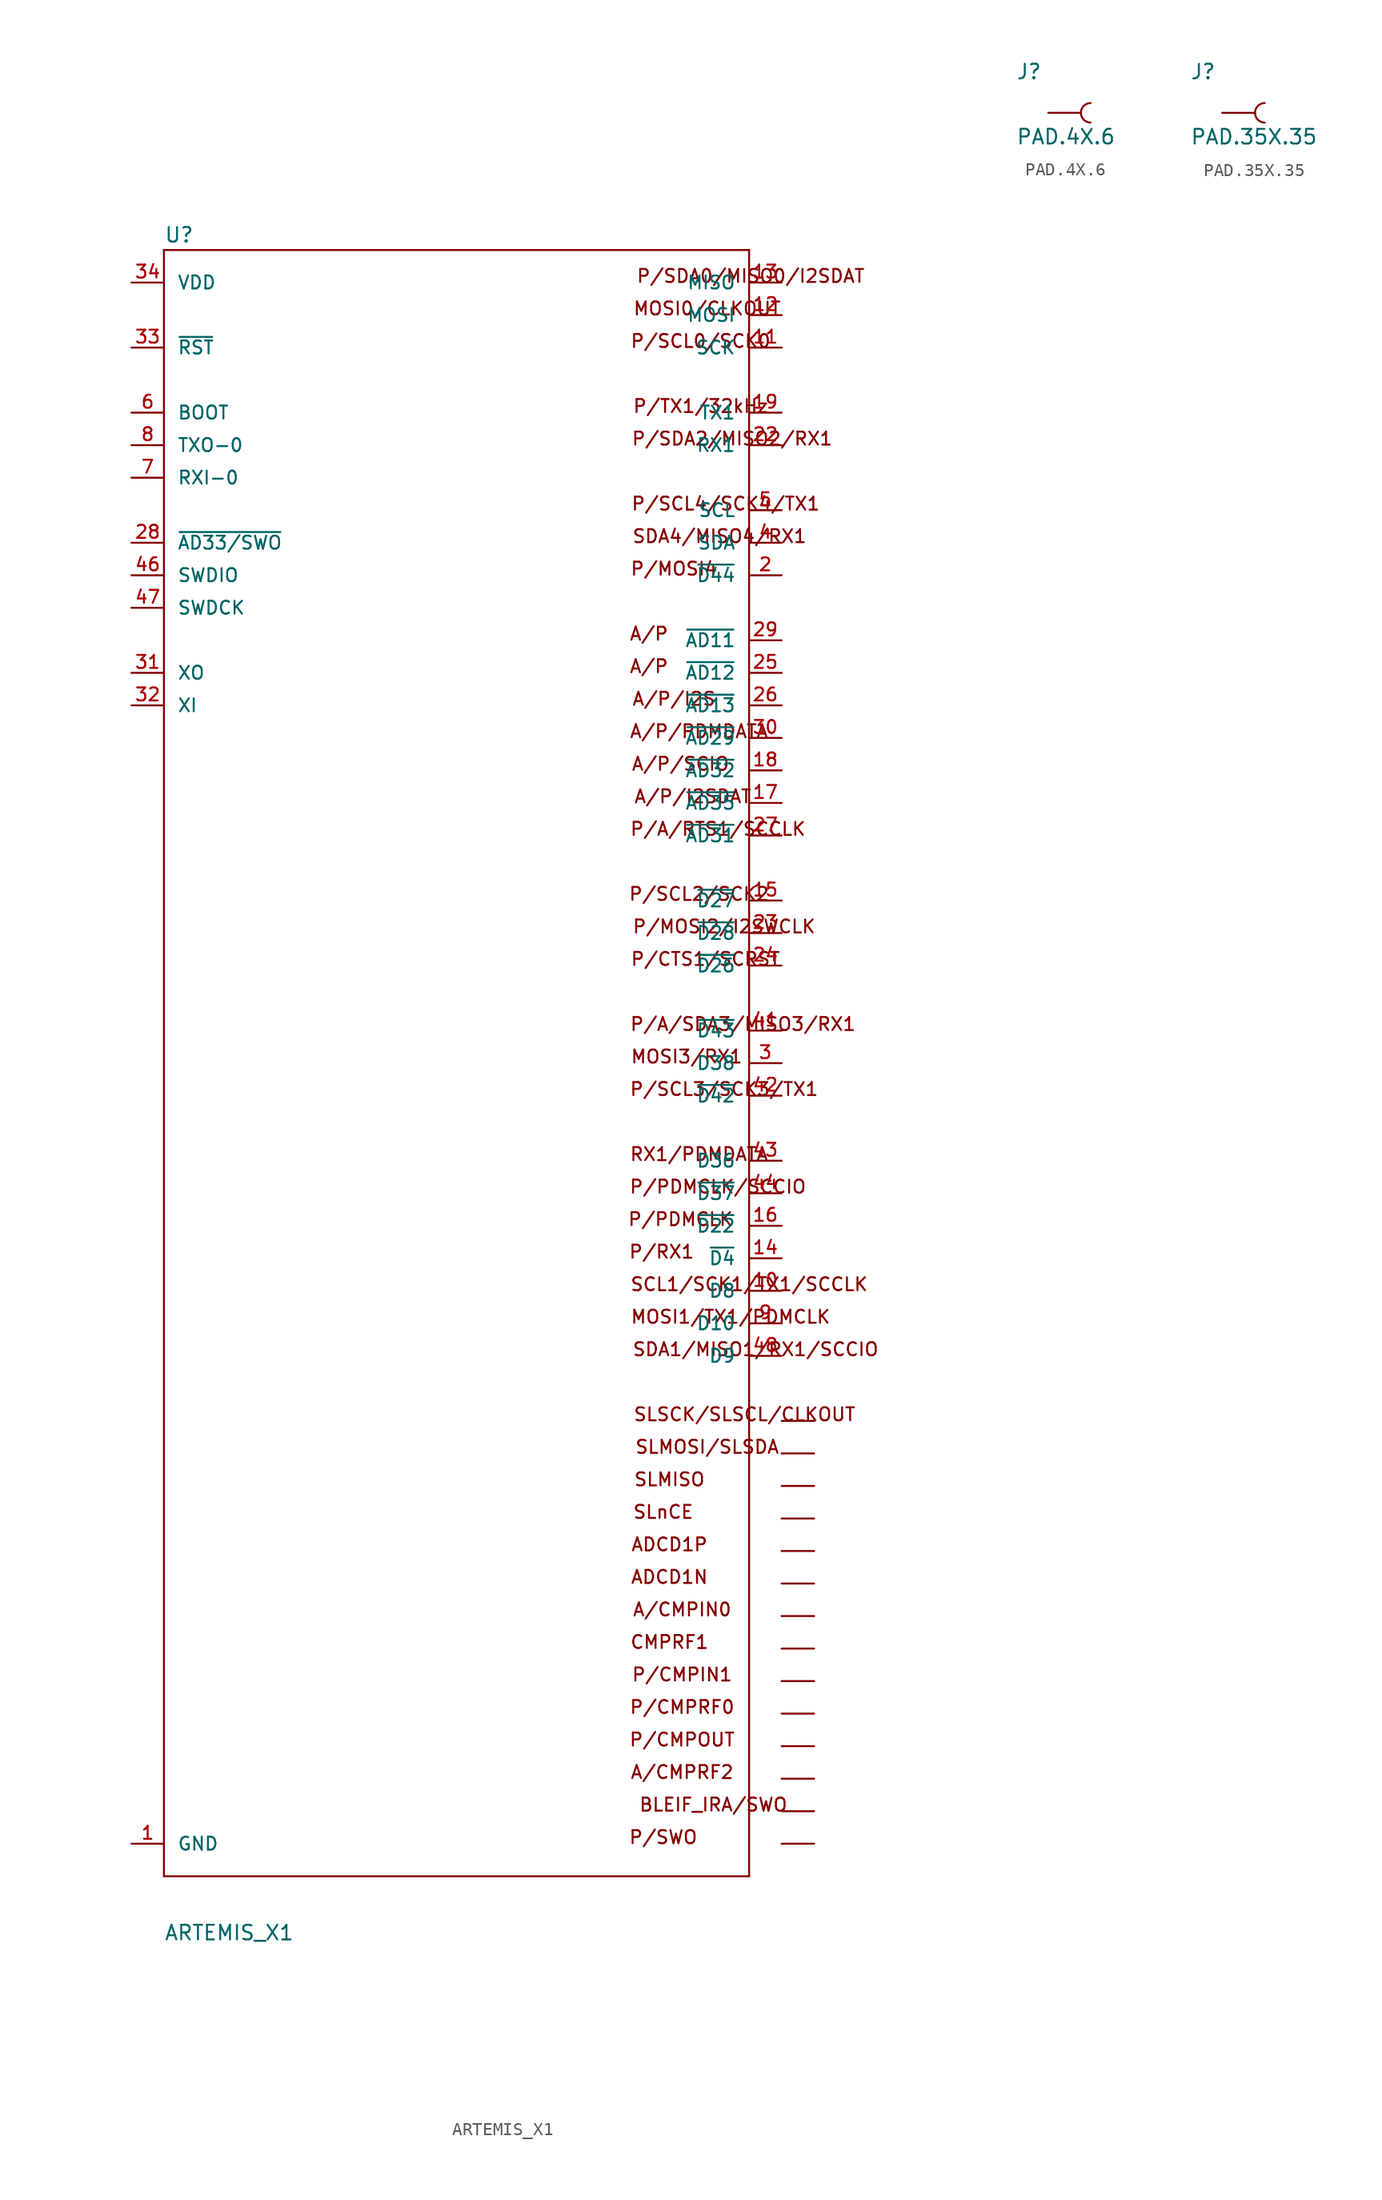
<source format=kicad_sym>
(kicad_symbol_lib
  (version 20201005)
  (generator kicad_symbol_editor)
  (symbol "ARTEMIS_X1"
    (pin_names
      (offset 1.016))
    (property "Reference" "U"
      (at -12.7 36.068 0)
      (effects (font (size 1.143 1.143)) (justify left bottom)))
    (property "Value" "ARTEMIS_X1"
      (at -12.7 -96.52 0)
      (effects (font (size 1.143 1.143)) (justify left bottom)))
    (property "ki_locked" ""
      (at 0 0 0)
      (effects (font (size 1.27 1.27))))
    (symbol "ARTEMIS_X1_1_0"
      (text "A/CMPIN0" (at 27.788 -70.612 0) (effects (font (size 1.016 1.016))))
      (text "A/CMPRF2" (at 27.788 -83.312 0) (effects (font (size 1.016 1.016))))
      (text "A/P" (at 25.197 3.048 0) (effects (font (size 1.016 1.016))))
      (text "A/P" (at 25.197 5.588 0) (effects (font (size 1.016 1.016))))
      (text "A/P/I2S" (at 27.153 0.508 0) (effects (font (size 1.016 1.016))))
      (text "A/P/I2SDAT" (at 28.626 -7.112 0) (effects (font (size 1.016 1.016))))
      (text "A/P/PDMDATA" (at 29.108 -2.032 0) (effects (font (size 1.016 1.016))))
      (text "A/P/SCIO" (at 27.661 -4.572 0) (effects (font (size 1.016 1.016))))
      (text "ADCD1N" (at 26.797 -68.072 0) (effects (font (size 1.016 1.016))))
      (text "ADCD1P" (at 26.797 -65.532 0) (effects (font (size 1.016 1.016))))
      (text "BLEIF_IRA/SWO" (at 30.226 -85.852 0) (effects (font (size 1.016 1.016))))
      (text "CMPRF1" (at 26.797 -73.152 0) (effects (font (size 1.016 1.016))))
      (text "MOSI0/CLKOUT" (at 29.743 30.988 0) (effects (font (size 1.016 1.016))))
      (text "MOSI1/TX1/PDMCLK" (at 31.572 -47.752 0) (effects (font (size 1.016 1.016))))
      (text "MOSI3/RX1" (at 28.143 -27.432 0) (effects (font (size 1.016 1.016))))
      (text "P/A/RTS1/SCCLK" (at 30.582 -9.652 0) (effects (font (size 1.016 1.016))))
      (text "P/A/SDA3/MISO3/RX1" (at 32.537 -24.892 0) (effects (font (size 1.016 1.016))))
      (text "P/CMPIN1" (at 27.788 -75.692 0) (effects (font (size 1.016 1.016))))
      (text "P/CMPOUT" (at 27.788 -80.772 0) (effects (font (size 1.016 1.016))))
      (text "P/CMPRF0" (at 27.788 -78.232 0) (effects (font (size 1.016 1.016))))
      (text "P/CTS1/SCRST" (at 29.616 -19.812 0) (effects (font (size 1.016 1.016))))
      (text "P/MOSI2/I2SWCLK" (at 31.064 -17.272 0) (effects (font (size 1.016 1.016))))
      (text "P/MOSI4" (at 27.153 10.668 0) (effects (font (size 1.016 1.016))))
      (text "P/PDMCLK" (at 27.661 -40.132 0) (effects (font (size 1.016 1.016))))
      (text "P/PDMCLK/SCCIO" (at 30.582 -37.592 0) (effects (font (size 1.016 1.016))))
      (text "P/RX1" (at 26.187 -42.672 0) (effects (font (size 1.016 1.016))))
      (text "P/SCL0/SCK0" (at 29.235 28.448 0) (effects (font (size 1.016 1.016))))
      (text "P/SCL2/SCK2" (at 29.108 -14.732 0) (effects (font (size 1.016 1.016))))
      (text "P/SCL3/SCK3/TX1" (at 31.064 -29.972 0) (effects (font (size 1.016 1.016))))
      (text "P/SCL4/SCK4/TX1" (at 31.191 15.748 0) (effects (font (size 1.016 1.016))))
      (text "P/SDA0/MISO0/I2SDAT" (at 33.147 33.528 0) (effects (font (size 1.016 1.016))))
      (text "P/SDA2/MISO2/RX1" (at 31.699 20.828 0) (effects (font (size 1.016 1.016))))
      (text "P/SWO" (at 26.314 -88.392 0) (effects (font (size 1.016 1.016))))
      (text "P/TX1/32kHz" (at 29.235 23.368 0) (effects (font (size 1.016 1.016))))
      (text "RX1/PDMDATA" (at 29.108 -35.052 0) (effects (font (size 1.016 1.016))))
      (text "SCL1/SCK1/TX1/SCCLK" (at 33.02 -45.212 0) (effects (font (size 1.016 1.016))))
      (text "SDA1/MISO1/RX1/SCCIO" (at 33.528 -50.292 0) (effects (font (size 1.016 1.016))))
      (text "SDA4/MISO4/RX1" (at 30.709 13.208 0) (effects (font (size 1.016 1.016))))
      (text "SLMISO" (at 26.797 -60.452 0) (effects (font (size 1.016 1.016))))
      (text "SLMOSI/SLSDA" (at 29.743 -57.912 0) (effects (font (size 1.016 1.016))))
      (text "SLnCE" (at 26.314 -62.992 0) (effects (font (size 1.016 1.016))))
      (text "SLSCK/SLSCL/CLKOUT" (at 32.664 -55.372 0) (effects (font (size 1.016 1.016))))
      (polyline (pts (xy -12.7 -91.44) (xy -12.7 35.56)) (stroke (width 0)) (fill (type none)))
      (polyline (pts (xy -12.7 35.56) (xy 33.02 35.56)) (stroke (width 0)) (fill (type none)))
      (polyline (pts (xy 33.02 -91.44) (xy -12.7 -91.44)) (stroke (width 0)) (fill (type none)))
      (polyline (pts (xy 33.02 35.56) (xy 33.02 -91.44)) (stroke (width 0)) (fill (type none)))
      (polyline (pts (xy 35.56 -88.9) (xy 38.1 -88.9)) (stroke (width 0)) (fill (type none)))
      (polyline (pts (xy 35.56 -86.36) (xy 38.1 -86.36)) (stroke (width 0)) (fill (type none)))
      (polyline (pts (xy 35.56 -83.82) (xy 38.1 -83.82)) (stroke (width 0)) (fill (type none)))
      (polyline (pts (xy 35.56 -81.28) (xy 38.1 -81.28)) (stroke (width 0)) (fill (type none)))
      (polyline (pts (xy 35.56 -78.74) (xy 38.1 -78.74)) (stroke (width 0)) (fill (type none)))
      (polyline (pts (xy 35.56 -76.2) (xy 38.1 -76.2)) (stroke (width 0)) (fill (type none)))
      (polyline (pts (xy 35.56 -73.66) (xy 38.1 -73.66)) (stroke (width 0)) (fill (type none)))
      (polyline (pts (xy 35.56 -71.12) (xy 38.1 -71.12)) (stroke (width 0)) (fill (type none)))
      (polyline (pts (xy 35.56 -68.58) (xy 38.1 -68.58)) (stroke (width 0)) (fill (type none)))
      (polyline (pts (xy 35.56 -66.04) (xy 38.1 -66.04)) (stroke (width 0)) (fill (type none)))
      (polyline (pts (xy 35.56 -63.5) (xy 38.1 -63.5)) (stroke (width 0)) (fill (type none)))
      (polyline (pts (xy 35.56 -60.96) (xy 38.1 -60.96)) (stroke (width 0)) (fill (type none)))
      (polyline (pts (xy 35.56 -58.42) (xy 38.1 -58.42)) (stroke (width 0)) (fill (type none)))
      (polyline (pts (xy 35.56 -55.88) (xy 38.1 -55.88)) (stroke (width 0)) (fill (type none))))
    (symbol "ARTEMIS_X1_1_1"
      (pin bidirectional line (at -15.24 -88.9 0) (length 2.54) (name "GND" (effects (font (size 1.016 1.016)))) (number "1" (effects (font (size 1.016 1.016)))))
      (pin bidirectional line (at 35.56 -45.72 180) (length 2.54) (name "D8" (effects (font (size 1.016 1.016)))) (number "10" (effects (font (size 1.016 1.016)))))
      (pin bidirectional line (at 35.56 27.94 180) (length 2.54) (name "SCK" (effects (font (size 1.016 1.016)))) (number "11" (effects (font (size 1.016 1.016)))))
      (pin bidirectional line (at 35.56 30.48 180) (length 2.54) (name "MOSI" (effects (font (size 1.016 1.016)))) (number "12" (effects (font (size 1.016 1.016)))))
      (pin bidirectional line (at 35.56 33.02 180) (length 2.54) (name "MISO" (effects (font (size 1.016 1.016)))) (number "13" (effects (font (size 1.016 1.016)))))
      (pin bidirectional line (at 35.56 -43.18 180) (length 2.54) (name "~D4" (effects (font (size 1.016 1.016)))) (number "14" (effects (font (size 1.016 1.016)))))
      (pin bidirectional line (at 35.56 -15.24 180) (length 2.54) (name "~D27" (effects (font (size 1.016 1.016)))) (number "15" (effects (font (size 1.016 1.016)))))
      (pin bidirectional line (at 35.56 -40.64 180) (length 2.54) (name "~D22" (effects (font (size 1.016 1.016)))) (number "16" (effects (font (size 1.016 1.016)))))
      (pin bidirectional line (at 35.56 -7.62 180) (length 2.54) (name "~AD35" (effects (font (size 1.016 1.016)))) (number "17" (effects (font (size 1.016 1.016)))))
      (pin bidirectional line (at 35.56 -5.08 180) (length 2.54) (name "~AD32" (effects (font (size 1.016 1.016)))) (number "18" (effects (font (size 1.016 1.016)))))
      (pin bidirectional line (at 35.56 22.86 180) (length 2.54) (name "TX1" (effects (font (size 1.016 1.016)))) (number "19" (effects (font (size 1.016 1.016)))))
      (pin bidirectional line (at 35.56 10.16 180) (length 2.54) (name "~D44" (effects (font (size 1.016 1.016)))) (number "2" (effects (font (size 1.016 1.016)))))
      (pin bidirectional line (at -15.24 -88.9 0) (length 2.54) hide (name "GND" (effects (font (size 1.016 1.016)))) (number "20" (effects (font (size 1.016 1.016)))))
      (pin bidirectional line (at -15.24 -88.9 0) (length 2.54) hide (name "GND" (effects (font (size 1.016 1.016)))) (number "21" (effects (font (size 1.016 1.016)))))
      (pin bidirectional line (at 35.56 20.32 180) (length 2.54) (name "RX1" (effects (font (size 1.016 1.016)))) (number "22" (effects (font (size 1.016 1.016)))))
      (pin bidirectional line (at 35.56 -17.78 180) (length 2.54) (name "~D28" (effects (font (size 1.016 1.016)))) (number "23" (effects (font (size 1.016 1.016)))))
      (pin bidirectional line (at 35.56 -20.32 180) (length 2.54) (name "~D26" (effects (font (size 1.016 1.016)))) (number "24" (effects (font (size 1.016 1.016)))))
      (pin bidirectional line (at 35.56 2.54 180) (length 2.54) (name "~AD12" (effects (font (size 1.016 1.016)))) (number "25" (effects (font (size 1.016 1.016)))))
      (pin bidirectional line (at 35.56 0 180) (length 2.54) (name "~AD13" (effects (font (size 1.016 1.016)))) (number "26" (effects (font (size 1.016 1.016)))))
      (pin bidirectional line (at 35.56 -10.16 180) (length 2.54) (name "~AD31" (effects (font (size 1.016 1.016)))) (number "27" (effects (font (size 1.016 1.016)))))
      (pin bidirectional line (at -15.24 12.7 0) (length 2.54) (name "~AD33/SWO" (effects (font (size 1.016 1.016)))) (number "28" (effects (font (size 1.016 1.016)))))
      (pin bidirectional line (at 35.56 5.08 180) (length 2.54) (name "~AD11" (effects (font (size 1.016 1.016)))) (number "29" (effects (font (size 1.016 1.016)))))
      (pin bidirectional line (at 35.56 -27.94 180) (length 2.54) (name "D38" (effects (font (size 1.016 1.016)))) (number "3" (effects (font (size 1.016 1.016)))))
      (pin bidirectional line (at 35.56 -2.54 180) (length 2.54) (name "~AD29" (effects (font (size 1.016 1.016)))) (number "30" (effects (font (size 1.016 1.016)))))
      (pin bidirectional line (at -15.24 2.54 0) (length 2.54) (name "XO" (effects (font (size 1.016 1.016)))) (number "31" (effects (font (size 1.016 1.016)))))
      (pin bidirectional line (at -15.24 0 0) (length 2.54) (name "XI" (effects (font (size 1.016 1.016)))) (number "32" (effects (font (size 1.016 1.016)))))
      (pin bidirectional line (at -15.24 27.94 0) (length 2.54) (name "~RST" (effects (font (size 1.016 1.016)))) (number "33" (effects (font (size 1.016 1.016)))))
      (pin bidirectional line (at -15.24 33.02 0) (length 2.54) (name "VDD" (effects (font (size 1.016 1.016)))) (number "34" (effects (font (size 1.016 1.016)))))
      (pin bidirectional line (at -15.24 33.02 0) (length 2.54) hide (name "VDD" (effects (font (size 1.016 1.016)))) (number "35" (effects (font (size 1.016 1.016)))))
      (pin bidirectional line (at -15.24 -88.9 0) (length 2.54) hide (name "GND" (effects (font (size 1.016 1.016)))) (number "36" (effects (font (size 1.016 1.016)))))
      (pin bidirectional line (at -15.24 -88.9 0) (length 2.54) hide (name "GND" (effects (font (size 1.016 1.016)))) (number "37" (effects (font (size 1.016 1.016)))))
      (pin bidirectional line (at -15.24 -88.9 0) (length 2.54) hide (name "GND" (effects (font (size 1.016 1.016)))) (number "38" (effects (font (size 1.016 1.016)))))
      (pin bidirectional line (at -15.24 -88.9 0) (length 2.54) hide (name "GND" (effects (font (size 1.016 1.016)))) (number "39" (effects (font (size 1.016 1.016)))))
      (pin bidirectional line (at 35.56 12.7 180) (length 2.54) (name "SDA" (effects (font (size 1.016 1.016)))) (number "4" (effects (font (size 1.016 1.016)))))
      (pin bidirectional line (at -15.24 -88.9 0) (length 2.54) hide (name "GND" (effects (font (size 1.016 1.016)))) (number "40" (effects (font (size 1.016 1.016)))))
      (pin bidirectional line (at 35.56 -25.4 180) (length 2.54) (name "~D43" (effects (font (size 1.016 1.016)))) (number "41" (effects (font (size 1.016 1.016)))))
      (pin bidirectional line (at 35.56 -30.48 180) (length 2.54) (name "~D42" (effects (font (size 1.016 1.016)))) (number "42" (effects (font (size 1.016 1.016)))))
      (pin bidirectional line (at 35.56 -35.56 180) (length 2.54) (name "D36" (effects (font (size 1.016 1.016)))) (number "43" (effects (font (size 1.016 1.016)))))
      (pin bidirectional line (at 35.56 -38.1 180) (length 2.54) (name "~D37" (effects (font (size 1.016 1.016)))) (number "44" (effects (font (size 1.016 1.016)))))
      (pin bidirectional line (at -15.24 -88.9 0) (length 2.54) hide (name "GND" (effects (font (size 1.016 1.016)))) (number "45" (effects (font (size 1.016 1.016)))))
      (pin bidirectional line (at -15.24 10.16 0) (length 2.54) (name "SWDIO" (effects (font (size 1.016 1.016)))) (number "46" (effects (font (size 1.016 1.016)))))
      (pin bidirectional line (at -15.24 7.62 0) (length 2.54) (name "SWDCK" (effects (font (size 1.016 1.016)))) (number "47" (effects (font (size 1.016 1.016)))))
      (pin bidirectional line (at 35.56 -50.8 180) (length 2.54) (name "D9" (effects (font (size 1.016 1.016)))) (number "48" (effects (font (size 1.016 1.016)))))
      (pin bidirectional line (at 35.56 15.24 180) (length 2.54) (name "SCL" (effects (font (size 1.016 1.016)))) (number "5" (effects (font (size 1.016 1.016)))))
      (pin bidirectional line (at -15.24 22.86 0) (length 2.54) (name "BOOT" (effects (font (size 1.016 1.016)))) (number "6" (effects (font (size 1.016 1.016)))))
      (pin bidirectional line (at -15.24 17.78 0) (length 2.54) (name "RXI-0" (effects (font (size 1.016 1.016)))) (number "7" (effects (font (size 1.016 1.016)))))
      (pin bidirectional line (at -15.24 20.32 0) (length 2.54) (name "TXO-0" (effects (font (size 1.016 1.016)))) (number "8" (effects (font (size 1.016 1.016)))))
      (pin bidirectional line (at 35.56 -48.26 180) (length 2.54) (name "D10" (effects (font (size 1.016 1.016)))) (number "9" (effects (font (size 1.016 1.016)))))
      (pin bidirectional line (at 35.56 -71.12 180) (length 2.54) hide (name "AD16" (effects (font (size 1.016 1.016)))) (number "~" (effects (font (size 1.016 1.016)))))
      (pin bidirectional line (at 35.56 -83.82 180) (length 2.54) hide (name "AD34" (effects (font (size 1.016 1.016)))) (number "~" (effects (font (size 1.016 1.016)))))
      (pin bidirectional line (at 35.56 -55.88 180) (length 2.54) hide (name "D0" (effects (font (size 1.016 1.016)))) (number "~" (effects (font (size 1.016 1.016)))))
      (pin bidirectional line (at 35.56 -58.42 180) (length 2.54) hide (name "D1" (effects (font (size 1.016 1.016)))) (number "~" (effects (font (size 1.016 1.016)))))
      (pin bidirectional line (at 35.56 -66.04 180) (length 2.54) hide (name "D14" (effects (font (size 1.016 1.016)))) (number "~" (effects (font (size 1.016 1.016)))))
      (pin bidirectional line (at 35.56 -68.58 180) (length 2.54) hide (name "D15" (effects (font (size 1.016 1.016)))) (number "~" (effects (font (size 1.016 1.016)))))
      (pin bidirectional line (at 35.56 -73.66 180) (length 2.54) hide (name "D17" (effects (font (size 1.016 1.016)))) (number "~" (effects (font (size 1.016 1.016)))))
      (pin bidirectional line (at 35.56 -60.96 180) (length 2.54) hide (name "D2" (effects (font (size 1.016 1.016)))) (number "~" (effects (font (size 1.016 1.016)))))
      (pin bidirectional line (at 35.56 -63.5 180) (length 2.54) hide (name "D3" (effects (font (size 1.016 1.016)))) (number "~" (effects (font (size 1.016 1.016)))))
      (pin bidirectional line (at 35.56 -86.36 180) (length 2.54) hide (name "D41" (effects (font (size 1.016 1.016)))) (number "~" (effects (font (size 1.016 1.016)))))
      (pin bidirectional line (at 35.56 -76.2 180) (length 2.54) hide (name "~D18" (effects (font (size 1.016 1.016)))) (number "~" (effects (font (size 1.016 1.016)))))
      (pin bidirectional line (at 35.56 -78.74 180) (length 2.54) hide (name "~D19" (effects (font (size 1.016 1.016)))) (number "~" (effects (font (size 1.016 1.016)))))
      (pin bidirectional line (at 35.56 -81.28 180) (length 2.54) hide (name "~D23" (effects (font (size 1.016 1.016)))) (number "~" (effects (font (size 1.016 1.016)))))
      (pin bidirectional line (at 35.56 -88.9 180) (length 2.54) hide (name "~D45" (effects (font (size 1.016 1.016)))) (number "~" (effects (font (size 1.016 1.016)))))))
  (symbol "PAD.4X.6"
    (pin_numbers hide)
    (pin_names
      (offset 1.016) hide)
    (property "Reference" "J"
      (at -2.54 2.54 0)
      (effects (font (size 1.143 1.143)) (justify left bottom)))
    (property "Value" "PAD.4X.6"
      (at -2.54 -2.54 0)
      (effects (font (size 1.143 1.143)) (justify left bottom)))
    (property "ki_locked" ""
      (at 0 0 0)
      (effects (font (size 1.27 1.27))))
    (symbol "PAD.4X.6_1_0"
      (polyline (pts (xy 2.54 0) (xy 0 0)) (stroke (width 0)) (fill (type none))))
    (symbol "PAD.4X.6_1_1"
      (arc (start 3.302 0.762) (end 3.302 -0.762) (radius (at 3.302 0) (length 0.762) (angles 90.1 -90.1)) (stroke (width 0)) (fill (type none)))
      (pin bidirectional line (at 0 0 180) (length 0) (name "1" (effects (font (size 1.016 1.016)))) (number "1" (effects (font (size 1.016 1.016)))))))
  (symbol "PAD.35X.35"
    (pin_numbers hide)
    (pin_names
      (offset 1.016) hide)
    (property "Reference" "J"
      (at -2.54 2.54 0)
      (effects (font (size 1.143 1.143)) (justify left bottom)))
    (property "Value" "PAD.35X.35"
      (at -2.54 -2.54 0)
      (effects (font (size 1.143 1.143)) (justify left bottom)))
    (property "ki_locked" ""
      (at 0 0 0)
      (effects (font (size 1.27 1.27))))
    (symbol "PAD.35X.35_1_0"
      (polyline (pts (xy 2.54 0) (xy 0 0)) (stroke (width 0)) (fill (type none))))
    (symbol "PAD.35X.35_1_1"
      (arc (start 3.302 0.762) (end 3.302 -0.762) (radius (at 3.302 0) (length 0.762) (angles 90.1 -90.1)) (stroke (width 0)) (fill (type none)))
      (pin bidirectional line (at 0 0 180) (length 0) (name "1" (effects (font (size 1.016 1.016)))) (number "1" (effects (font (size 1.016 1.016))))))))
</source>
